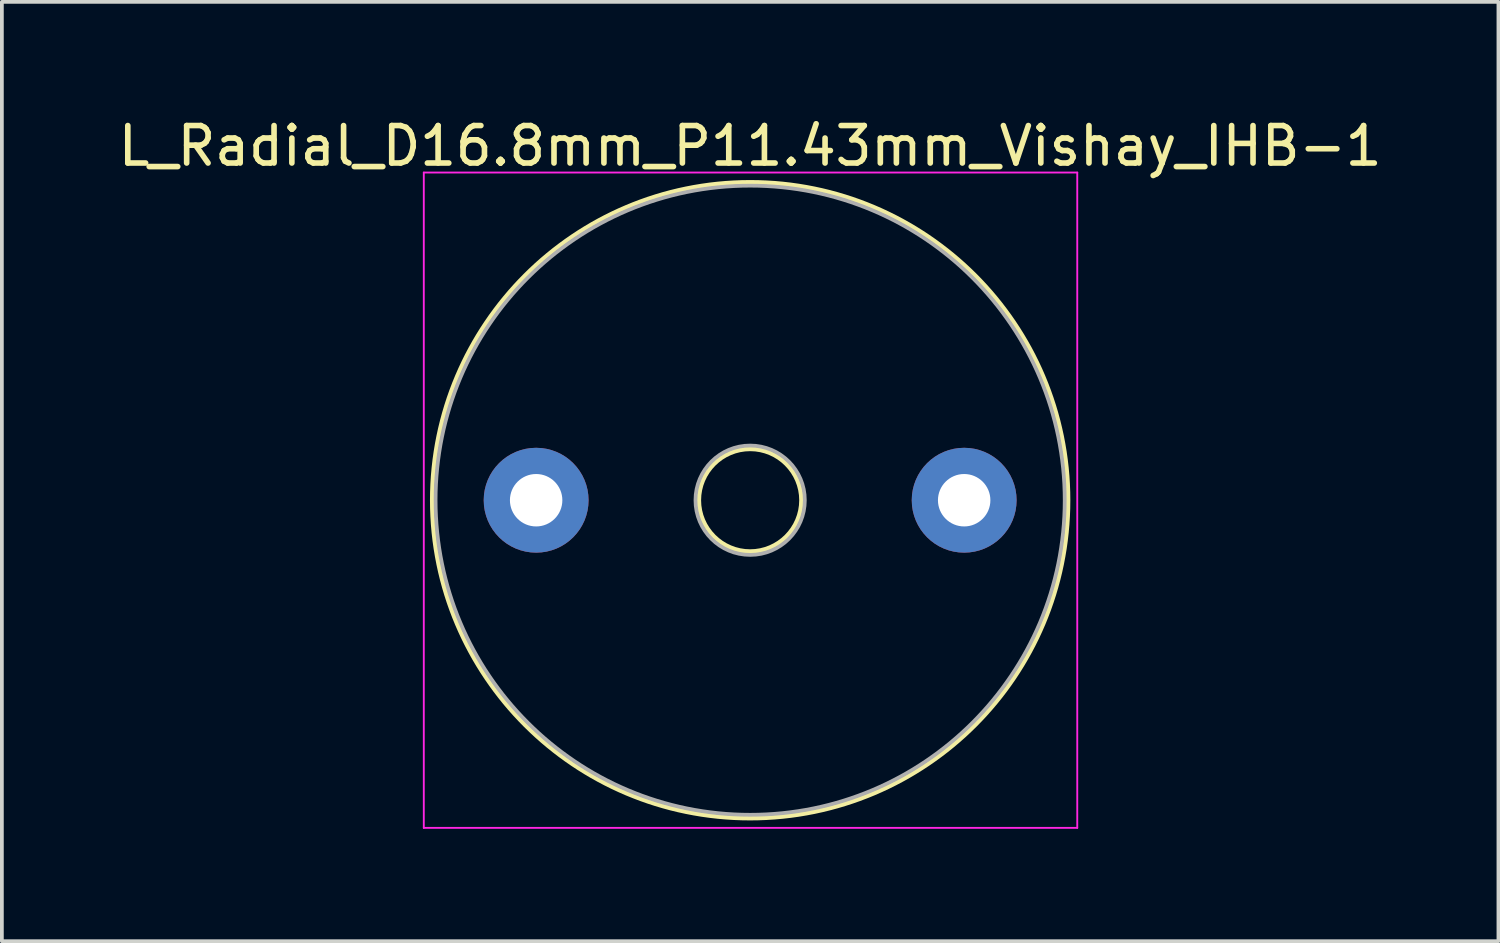
<source format=kicad_pcb>
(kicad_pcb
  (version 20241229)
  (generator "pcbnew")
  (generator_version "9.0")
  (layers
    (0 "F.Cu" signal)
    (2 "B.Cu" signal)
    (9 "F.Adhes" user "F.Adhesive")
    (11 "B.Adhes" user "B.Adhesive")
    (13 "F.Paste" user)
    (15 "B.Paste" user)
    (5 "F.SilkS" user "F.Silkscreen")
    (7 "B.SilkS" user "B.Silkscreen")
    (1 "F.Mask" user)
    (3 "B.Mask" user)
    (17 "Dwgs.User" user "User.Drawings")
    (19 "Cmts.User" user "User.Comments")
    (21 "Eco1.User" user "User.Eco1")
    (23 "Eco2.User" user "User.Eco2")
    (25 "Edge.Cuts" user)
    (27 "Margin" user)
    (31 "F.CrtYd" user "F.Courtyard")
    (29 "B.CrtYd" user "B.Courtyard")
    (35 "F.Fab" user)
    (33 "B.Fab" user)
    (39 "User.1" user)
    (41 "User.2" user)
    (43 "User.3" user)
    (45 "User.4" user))
  (footprint "L_Radial_D16.8mm_P11.43mm_Vishay_IHB-1"
    (layer "F.Cu")
    (at 11.267 10.308)
    (property "Reference" "L_Radial_D16.8mm_P11.43mm_Vishay_IHB-1" (at 5.715 -9.46 0) (layer "F.SilkS") (effects (font (size 1 1) (thickness 0.15))))
    (attr through_hole)
    (fp_circle (center 5.715 0) (end 7.085 0) (stroke (width 0.12) (type solid)) (fill no) (layer "F.SilkS"))
    (fp_circle (center 5.715 0) (end 14.205 0) (stroke (width 0.12) (type solid)) (fill no) (layer "F.SilkS"))
    (fp_line (start -3 -8.75) (end -3 8.75) (stroke (width 0.05) (type solid)) (layer "F.CrtYd"))
    (fp_line (start -3 8.75) (end 14.45 8.75) (stroke (width 0.05) (type solid)) (layer "F.CrtYd"))
    (fp_line (start 14.45 -8.75) (end -3 -8.75) (stroke (width 0.05) (type solid)) (layer "F.CrtYd"))
    (fp_line (start 14.45 8.75) (end 14.45 -8.75) (stroke (width 0.05) (type solid)) (layer "F.CrtYd"))
    (fp_circle (center 5.715 0) (end 7.175 0) (stroke (width 0.1) (type solid)) (fill no) (layer "F.Fab"))
    (fp_circle (center 5.715 0) (end 14.115 0) (stroke (width 0.1) (type solid)) (fill no) (layer "F.Fab"))
    (pad "1" thru_hole circle (at 0 0) (size 2.8 2.8) (drill 1.4) (layers "*.Cu" "*.Mask"))
    (pad "2" thru_hole circle (at 11.43 0) (size 2.8 2.8) (drill 1.4) (layers "*.Cu" "*.Mask")))
  (gr_rect
    (start -3 -3)
    (end 36.964 22.083)
    (stroke (width 0.1) (type default))
    (fill no)
    (layer "Edge.Cuts")))
</source>
